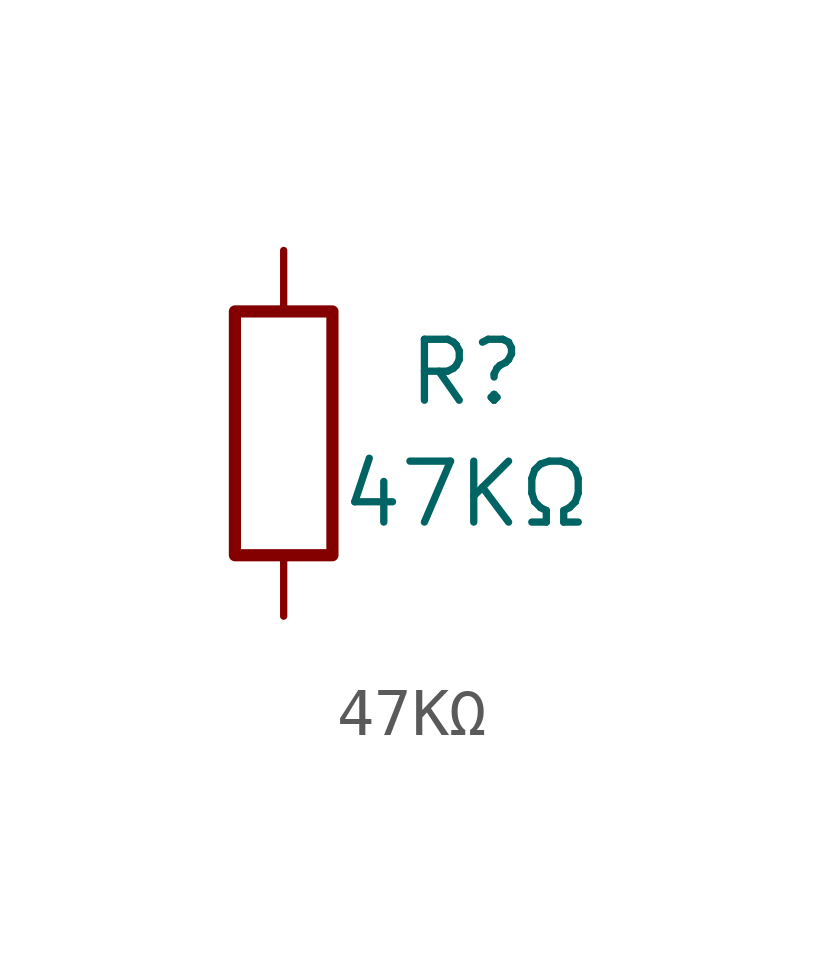
<source format=kicad_sym>
(kicad_symbol_lib
  (version 20241209)
  (generator "kicad_symbol_editor")
  (generator_version "9.0")
  (symbol "47KΩ"
    (pin_numbers
      (hide yes))
    (pin_names
      (offset 0))
    (property "Reference" "R"
      (at 3.81 1.27 0)
      (effects (font (size 1.27 1.27))))
    (property "Value" "47KΩ"
      (at 3.81 -1.27 0)
      (effects (font (size 1.27 1.27))))
    (symbol "47KΩ_0_1"
      (rectangle (start -1.016 -2.54) (end 1.016 2.54) (stroke (width 0.254) (type solid)) (fill (type none))))
    (symbol "47KΩ_1_1"
      (pin passive line (at 0 3.81 270) (length 1.27) (name "~" (effects (font (size 1.27 1.27)))) (number "1" (effects (font (size 1.27 1.27)))))
      (pin passive line (at 0 -3.81 90) (length 1.27) (name "~" (effects (font (size 1.27 1.27)))) (number "2" (effects (font (size 1.27 1.27))))))))
</source>
